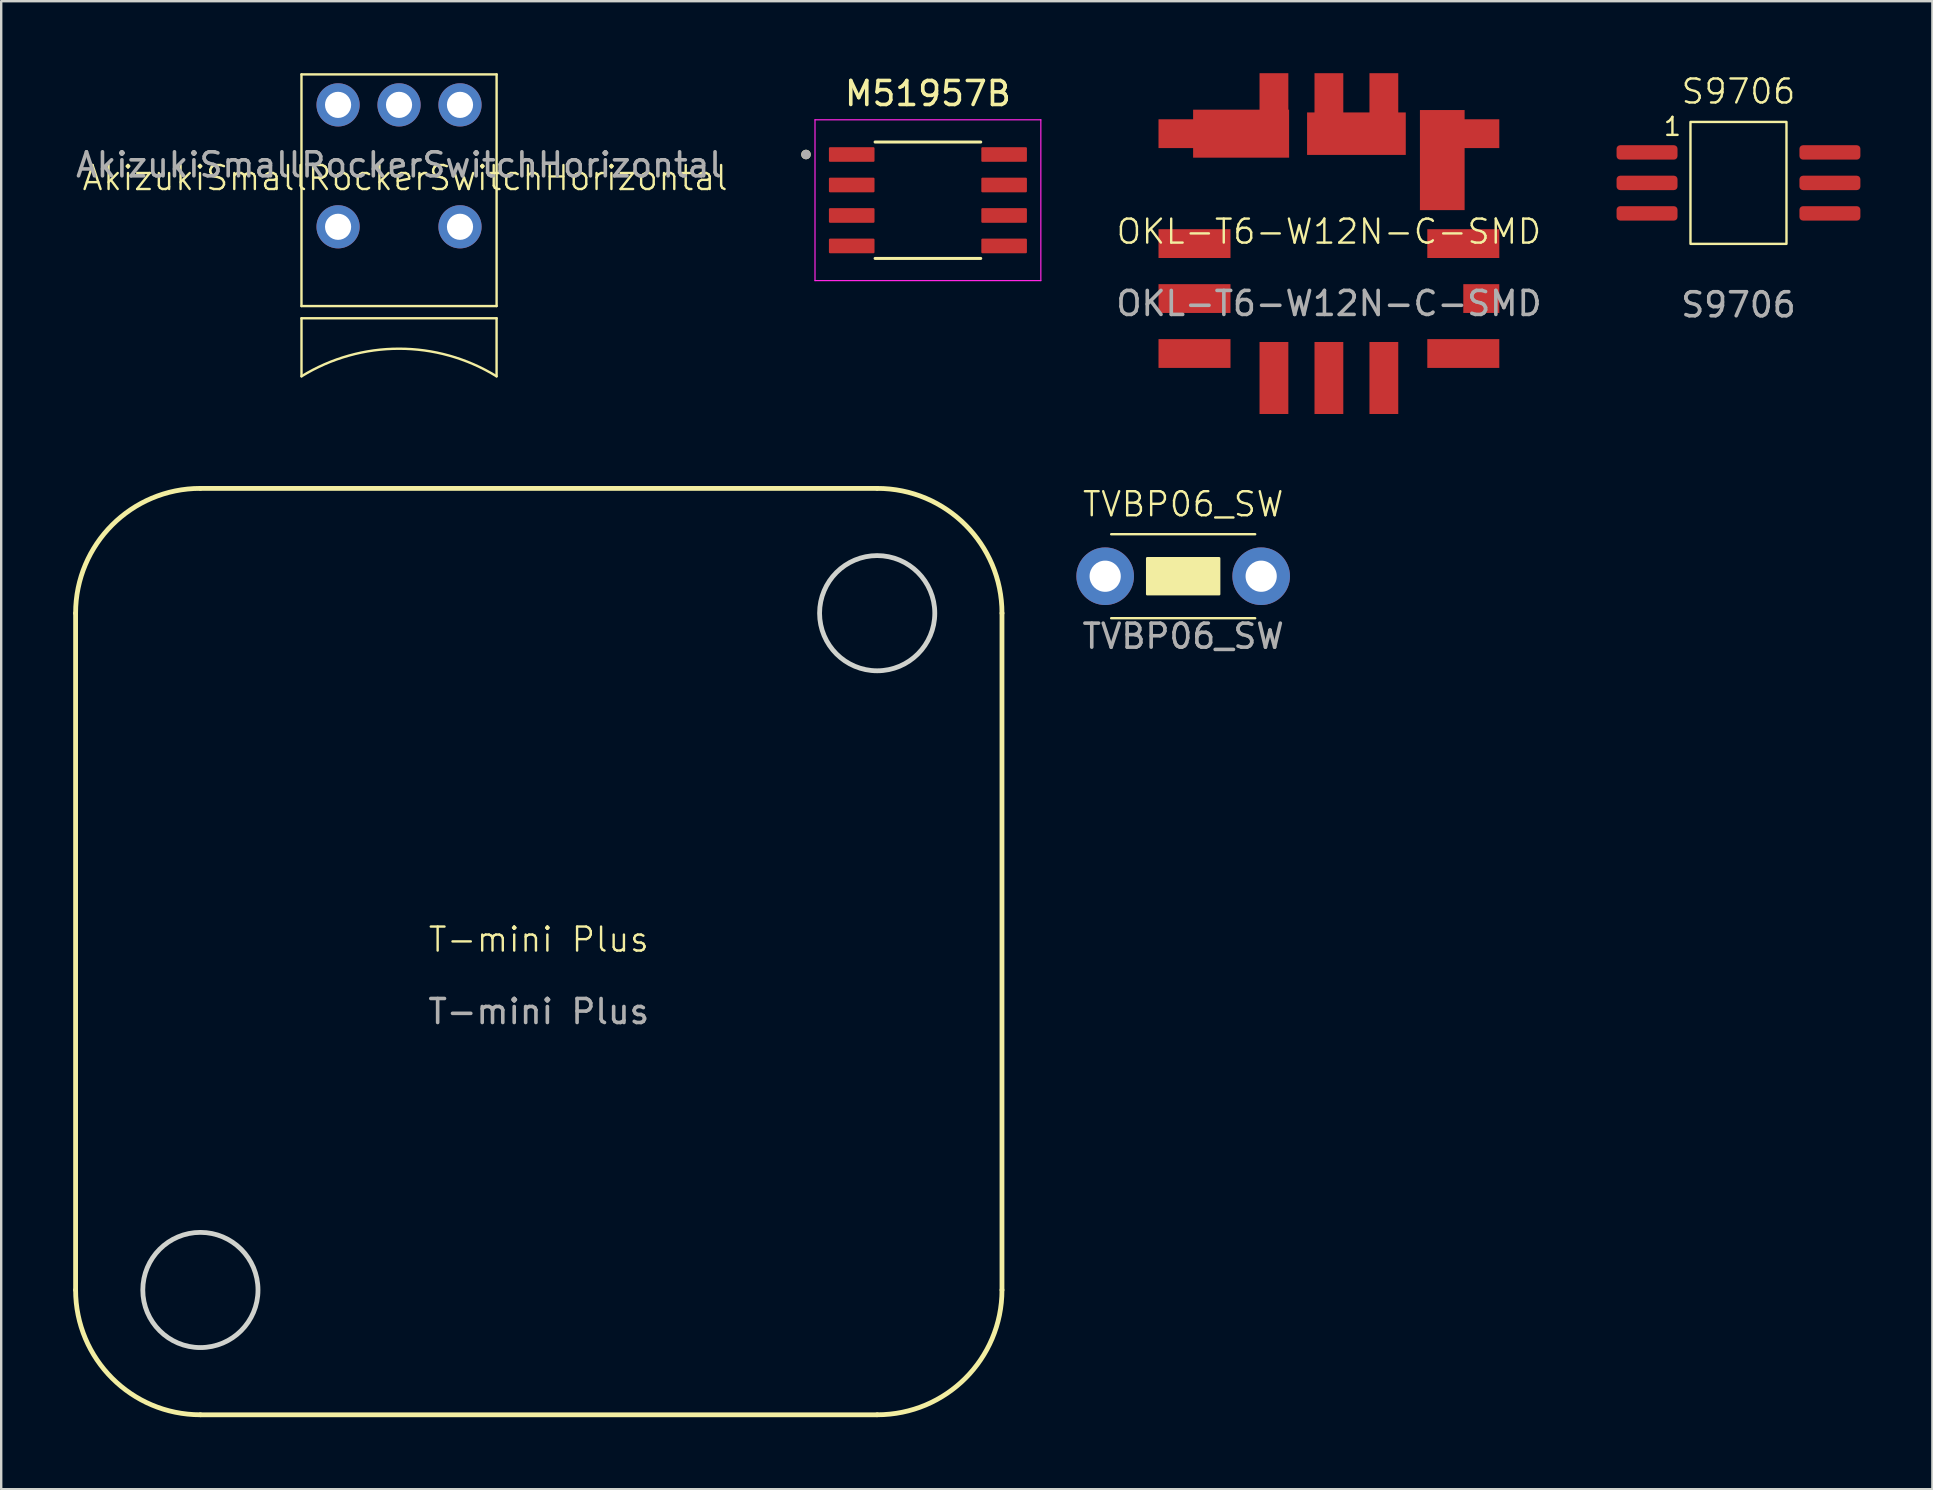
<source format=kicad_pcb>
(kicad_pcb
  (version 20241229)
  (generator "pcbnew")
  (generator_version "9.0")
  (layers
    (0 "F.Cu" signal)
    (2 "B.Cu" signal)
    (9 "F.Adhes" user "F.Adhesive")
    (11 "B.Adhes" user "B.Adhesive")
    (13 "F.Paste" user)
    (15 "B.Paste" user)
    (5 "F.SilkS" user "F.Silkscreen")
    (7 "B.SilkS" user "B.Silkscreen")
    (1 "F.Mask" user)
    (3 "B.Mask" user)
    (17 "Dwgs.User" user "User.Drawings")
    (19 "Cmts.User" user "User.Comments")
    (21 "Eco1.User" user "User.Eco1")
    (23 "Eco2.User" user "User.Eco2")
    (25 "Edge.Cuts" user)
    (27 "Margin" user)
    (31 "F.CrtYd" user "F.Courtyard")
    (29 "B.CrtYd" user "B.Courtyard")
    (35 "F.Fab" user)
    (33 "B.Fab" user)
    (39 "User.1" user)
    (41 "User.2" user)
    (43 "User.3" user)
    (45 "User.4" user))
  (footprint "AkizukiSmallRockerSwitchHorizontal"
    (layer "F.Cu")
    (at 13.577 1.32)
    (property "Reference" "AkizukiSmallRockerSwitchHorizontal" (at 0.254 3.048 0) (unlocked yes) (layer "F.SilkS") (effects (font (size 1 1) (thickness 0.1))))
    (attr through_hole)
    (fp_line (start -4.065 -1.27) (end 4.065 -1.27) (stroke (width 0.1) (type default)) (layer "F.SilkS"))
    (fp_line (start -4.065 8.382) (end -4.065 -1.27) (stroke (width 0.1) (type default)) (layer "F.SilkS"))
    (fp_line (start -4.064 8.89) (end 4.064 8.89) (stroke (width 0.1) (type default)) (layer "F.SilkS"))
    (fp_line (start -4.064 11.31) (end -4.064 8.89) (stroke (width 0.1) (type default)) (layer "F.SilkS"))
    (fp_line (start 4.064 8.89) (end 4.064 11.31) (stroke (width 0.1) (type default)) (layer "F.SilkS"))
    (fp_line (start 4.065 -1.27) (end 4.065 8.382) (stroke (width 0.1) (type default)) (layer "F.SilkS"))
    (fp_line (start 4.065 8.382) (end -4.065 8.382) (stroke (width 0.1) (type default)) (layer "F.SilkS"))
    (fp_arc (start -4.064 11.310283) (mid 0 10.16) (end 4.064 11.310283) (stroke (width 0.1) (type default)) (layer "F.SilkS"))
    (fp_text user "${REFERENCE}" (at 0 2.5 0) (unlocked yes) (layer "F.Fab") (effects (font (size 1 1) (thickness 0.15))))
    (pad "" thru_hole circle (at -2.54 5.08) (size 1.8 1.8) (drill 1.09) (layers "*.Cu" "*.Mask"))
    (pad "" thru_hole circle (at 2.54 5.08) (size 1.8 1.8) (drill 1.09) (layers "*.Cu" "*.Mask"))
    (pad "1" thru_hole circle (at 2.54 0) (size 1.8 1.8) (drill 1.09) (layers "*.Cu" "*.Mask"))
    (pad "2" thru_hole circle (at 0 0) (size 1.8 1.8) (drill 1.09) (layers "*.Cu" "*.Mask"))
    (pad "3" thru_hole circle (at -2.54 0) (size 1.8 1.8) (drill 1.09) (layers "*.Cu" "*.Mask")))
  (footprint "T-mini Plus"
    (layer "F.Cu")
    (at 19.4 36.6)
    (property "Reference" "T-mini Plus" (at 0 -0.5 0) (unlocked yes) (layer "F.SilkS") (effects (font (size 1 1) (thickness 0.1))))
    (attr through_hole)
    (fp_line (start -19.3 -14.1) (end -19.3 14.1) (stroke (width 0.2) (type solid)) (layer "F.SilkS"))
    (fp_line (start -14.1 19.3) (end 14.1 19.3) (stroke (width 0.2) (type solid)) (layer "F.SilkS"))
    (fp_line (start 14.1 -19.3) (end -14.1 -19.3) (stroke (width 0.2) (type solid)) (layer "F.SilkS"))
    (fp_line (start 19.3 14.1) (end 19.3 -14.1) (stroke (width 0.2) (type solid)) (layer "F.SilkS"))
    (fp_arc (start -19.3 -14.1) (mid -17.776955 -17.776955) (end -14.1 -19.3) (stroke (width 0.2) (type solid)) (layer "F.SilkS"))
    (fp_arc (start -14.1 19.3) (mid -17.776955 17.776955) (end -19.3 14.1) (stroke (width 0.2) (type solid)) (layer "F.SilkS"))
    (fp_arc (start 14.1 -19.3) (mid 17.776955 -17.776955) (end 19.3 -14.1) (stroke (width 0.2) (type solid)) (layer "F.SilkS"))
    (fp_arc (start 19.3 14.1) (mid 17.776955 17.776955) (end 14.1 19.3) (stroke (width 0.2) (type solid)) (layer "F.SilkS"))
    (fp_circle (center -14.1 14.1) (end -11.7 14.1) (stroke (width 0.2) (type solid)) (fill no) (layer "Edge.Cuts"))
    (fp_circle (center 14.1 -14.1) (end 16.5 -14.1) (stroke (width 0.2) (type solid)) (fill no) (layer "Edge.Cuts"))
    (fp_text user "${REFERENCE}" (at 0 2.5 0) (unlocked yes) (layer "F.Fab") (effects (font (size 1 1) (thickness 0.15)))))
  (footprint "S9706"
    (layer "F.Cu")
    (at 69.388 4.571)
    (property "Reference" "S9706" (at 0 -3.81 0) (unlocked yes) (layer "F.SilkS") (effects (font (size 1 1) (thickness 0.1))))
    (attr smd)
    (fp_rect (start -2 -2.54) (end 2 2.54) (stroke (width 0.1) (type default)) (fill no) (layer "F.SilkS"))
    (fp_text user "1" (at -3.175 -1.905 0) (unlocked yes) (layer "F.SilkS") (effects (font (size 0.75 0.75) (thickness 0.1)) (justify left bottom)))
    (fp_text user "${REFERENCE}" (at 0 5.08 0) (unlocked yes) (layer "F.Fab") (effects (font (size 1 1) (thickness 0.15))))
    (pad "1" smd roundrect (at -3.81 -1.27) (size 2.54 0.6) (layers "F.Cu" "F.Mask" "F.Paste") (roundrect_rratio 0.25))
    (pad "2" smd roundrect (at -3.81 0) (size 2.54 0.6) (layers "F.Cu" "F.Mask" "F.Paste") (roundrect_rratio 0.25))
    (pad "3" smd roundrect (at -3.81 1.27) (size 2.54 0.6) (layers "F.Cu" "F.Mask" "F.Paste") (roundrect_rratio 0.25))
    (pad "4" smd roundrect (at 3.81 1.27) (size 2.54 0.6) (layers "F.Cu" "F.Mask" "F.Paste") (roundrect_rratio 0.25))
    (pad "5" smd roundrect (at 3.81 0) (size 2.54 0.6) (layers "F.Cu" "F.Mask" "F.Paste") (roundrect_rratio 0.25))
    (pad "6" smd roundrect (at 3.81 -1.27) (size 2.54 0.6) (layers "F.Cu" "F.Mask" "F.Paste") (roundrect_rratio 0.25)))
  (footprint "M51957B"
    (layer "F.Cu")
    (at 35.614 5.293)
    (property "Reference" "M51957B" (at 0 -4.445 0) (layer "F.SilkS") (effects (font (size 1 1) (thickness 0.15))))
    (attr smd)
    (fp_line (start -2.2 -2.425) (end 2.2 -2.425) (stroke (width 0.127) (type solid)) (layer "F.SilkS"))
    (fp_line (start -2.2 2.425) (end 2.2 2.425) (stroke (width 0.127) (type solid)) (layer "F.SilkS"))
    (fp_circle (center -5.08 -1.905) (end -4.98 -1.905) (stroke (width 0.2) (type solid)) (fill no) (layer "F.SilkS"))
    (fp_line (start -4.705 -3.35) (end -4.705 3.35) (stroke (width 0.05) (type solid)) (layer "F.CrtYd"))
    (fp_line (start -4.705 3.35) (end 4.705 3.35) (stroke (width 0.05) (type solid)) (layer "F.CrtYd"))
    (fp_line (start 4.705 -3.35) (end -4.705 -3.35) (stroke (width 0.05) (type solid)) (layer "F.CrtYd"))
    (fp_line (start 4.705 3.35) (end 4.705 -3.35) (stroke (width 0.05) (type solid)) (layer "F.CrtYd"))
    (fp_circle (center -5.08 -1.905) (end -4.98 -1.905) (stroke (width 0.2) (type solid)) (fill no) (layer "F.Fab"))
    (pad "1" smd roundrect (at -3.175 -1.905) (size 1.9 0.61) (layers "F.Cu" "F.Mask" "F.Paste") (roundrect_rratio 0.075))
    (pad "2" smd roundrect (at -3.175 -0.635) (size 1.9 0.61) (layers "F.Cu" "F.Mask" "F.Paste") (roundrect_rratio 0.075))
    (pad "3" smd roundrect (at -3.175 0.635) (size 1.9 0.61) (layers "F.Cu" "F.Mask" "F.Paste") (roundrect_rratio 0.075))
    (pad "4" smd roundrect (at -3.175 1.905) (size 1.9 0.61) (layers "F.Cu" "F.Mask" "F.Paste") (roundrect_rratio 0.075))
    (pad "5" smd roundrect (at 3.175 1.905) (size 1.9 0.61) (layers "F.Cu" "F.Mask" "F.Paste") (roundrect_rratio 0.075))
    (pad "6" smd roundrect (at 3.175 0.635) (size 1.9 0.61) (layers "F.Cu" "F.Mask" "F.Paste") (roundrect_rratio 0.075))
    (pad "7" smd roundrect (at 3.175 -0.635) (size 1.9 0.61) (layers "F.Cu" "F.Mask" "F.Paste") (roundrect_rratio 0.075))
    (pad "8" smd roundrect (at 3.175 -1.905) (size 1.9 0.61) (layers "F.Cu" "F.Mask" "F.Paste") (roundrect_rratio 0.075)))
  (footprint "TVBP06_SW"
    (layer "F.Cu")
    (at 46.25 20.96)
    (property "Reference" "TVBP06_SW" (at 0 -3 0) (unlocked yes) (layer "F.SilkS") (effects (font (size 1 1) (thickness 0.1))))
    (attr through_hole)
    (fp_line (start -3 1.75) (end 3 1.75) (stroke (width 0.1) (type default)) (layer "F.SilkS"))
    (fp_line (start 3 -1.75) (end -3 -1.75) (stroke (width 0.1) (type default)) (layer "F.SilkS"))
    (fp_rect (start -1.5 0.75) (end 1.5 -0.75) (stroke (width 0.1) (type solid)) (fill yes) (layer "F.SilkS"))
    (fp_text user "${REFERENCE}" (at 0 2.5 0) (unlocked yes) (layer "F.Fab") (effects (font (size 1 1) (thickness 0.15))))
    (pad "1" thru_hole circle (at -3.25 0) (size 2.4 2.4) (drill 1.3) (layers "*.Cu" "*.Mask"))
    (pad "2" thru_hole circle (at 3.25 0) (size 2.4 2.4) (drill 1.3) (layers "*.Cu" "*.Mask")))
  (footprint "OKL-T6-W12N-C-SMD"
    (layer "F.Cu")
    (at 52.322 7.1)
    (property "Reference" "OKL-T6-W12N-C-SMD" (at 0 -0.5 0) (unlocked yes) (layer "F.SilkS") (effects (font (size 1 1) (thickness 0.1))))
    (attr smd)
    (fp_rect (start -6.1 -6.1) (end 6.1 6.1) (stroke (width 0.1) (type default)) (fill no) (layer "User.1"))
    (fp_text user "${REFERENCE}" (at 0.004 2.496 0) (unlocked yes) (layer "F.Fab") (effects (font (size 1 1) (thickness 0.15))))
    (pad "1" smd rect (at -5.6 0) (size 3 1.2) (layers "F.Cu" "F.Mask" "F.Paste"))
    (pad "2" smd rect (at -5.6 -4.58) (size 3 1.2) (layers "F.Cu" "F.Mask" "F.Paste"))
    (pad "2" smd rect (at -3.658 -4.58) (size 4 2) (layers "F.Cu" "F.Mask" "F.Paste"))
    (pad "2" smd rect (at -2.29 -5.6) (size 1.2 3) (layers "F.Cu" "F.Mask" "F.Paste"))
    (pad "3" smd rect (at 0 -5.6) (size 1.2 3) (layers "F.Cu" "F.Mask" "F.Paste"))
    (pad "3" smd rect (at 1.147 -4.58 270) (size 1.77 4.112) (layers "F.Cu" "F.Mask" "F.Paste"))
    (pad "3" smd rect (at 2.29 -5.6) (size 1.2 3) (layers "F.Cu" "F.Mask" "F.Paste"))
    (pad "4" smd rect (at 4.724 -3.48 90) (size 4.17 1.862) (layers "F.Cu" "F.Mask" "F.Paste"))
    (pad "4" smd rect (at 5.6 -4.58) (size 3 1.2) (layers "F.Cu" "F.Mask" "F.Paste"))
    (pad "5" smd rect (at 5.6 0) (size 3 1.2) (layers "F.Cu" "F.Mask" "F.Paste"))
    (pad "6" smd rect (at 5.6 4.58) (size 3 1.2) (layers "F.Cu" "F.Mask" "F.Paste"))
    (pad "7" smd rect (at 0 5.6) (size 1.2 3) (layers "F.Cu" "F.Mask" "F.Paste"))
    (pad "8" smd rect (at -2.29 5.6) (size 1.2 3) (layers "F.Cu" "F.Mask" "F.Paste"))
    (pad "9" smd rect (at -5.6 4.58) (size 3 1.2) (layers "F.Cu" "F.Mask" "F.Paste"))
    (pad "10" smd rect (at -5.6 2.29) (size 3 1.2) (layers "F.Cu" "F.Mask" "F.Paste"))
    (pad "11" smd rect (at 6.35 2.29) (size 1.5 1.2) (layers "F.Cu" "F.Mask" "F.Paste"))
    (pad "12" smd rect (at 2.29 5.6) (size 1.2 3) (layers "F.Cu" "F.Mask" "F.Paste")))
  (gr_rect
    (start -3 -3)
    (end 77.468 59)
    (stroke (width 0.1) (type default))
    (fill no)
    (layer "Edge.Cuts")))
</source>
